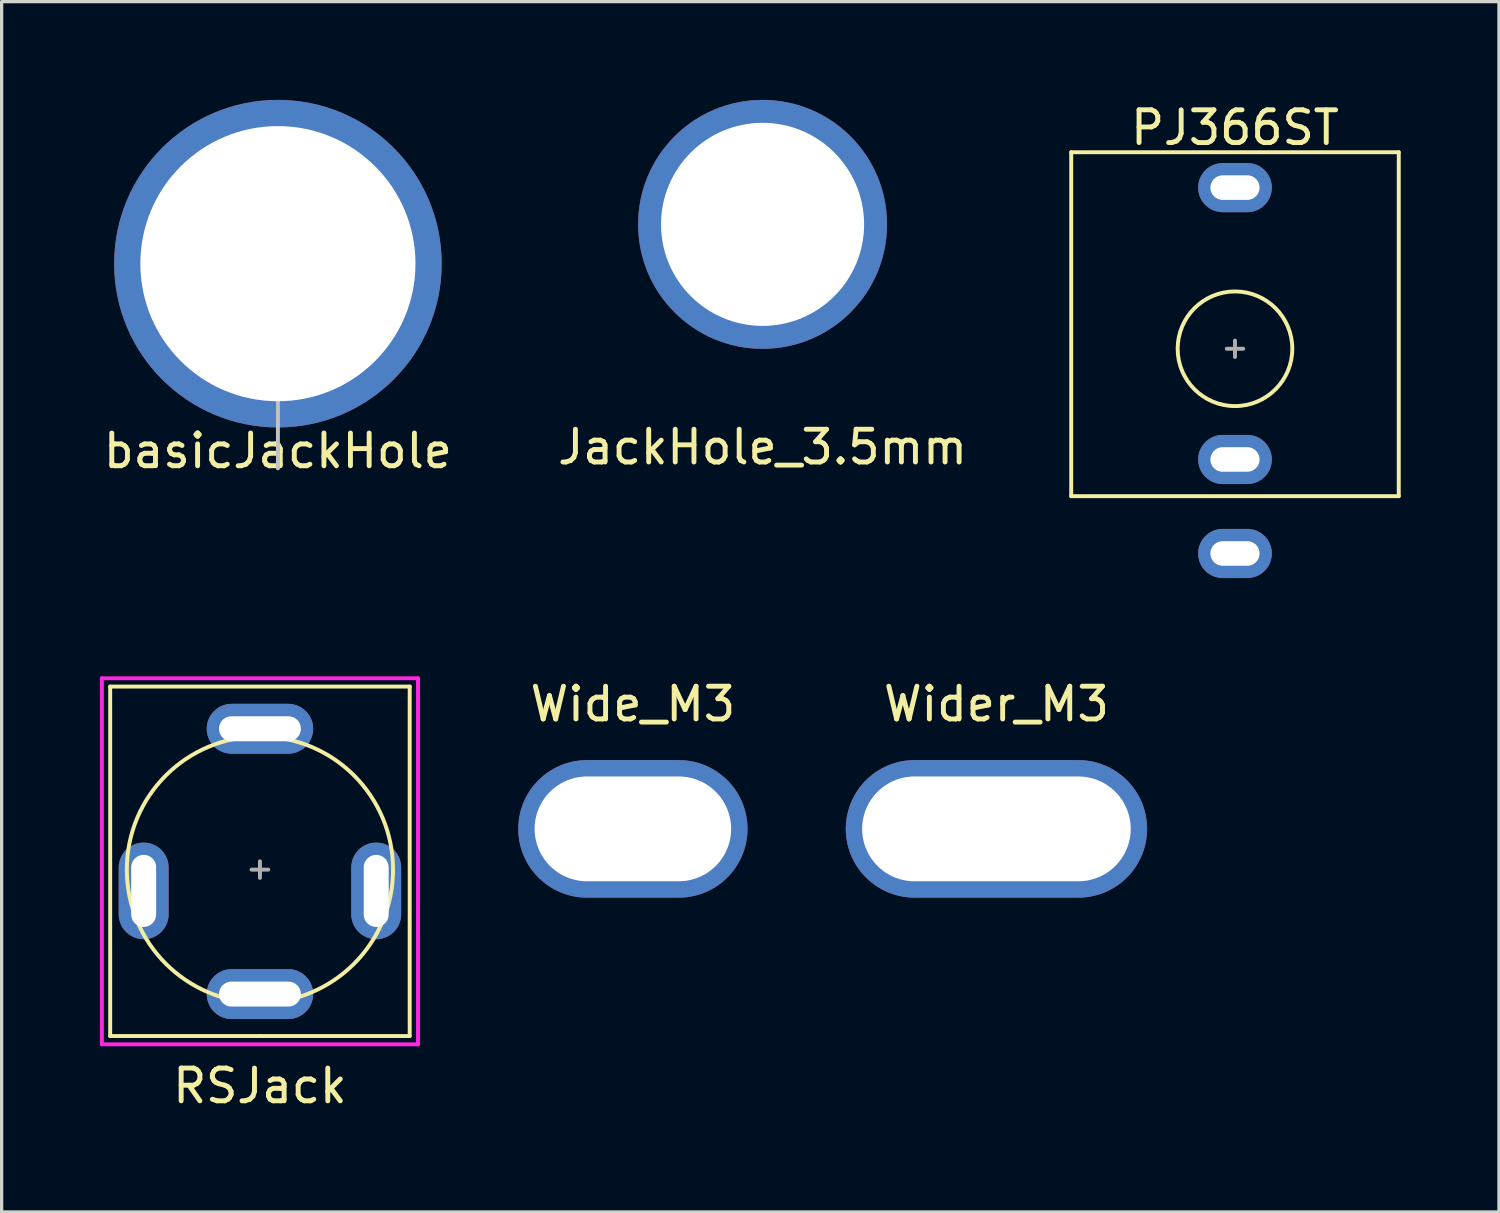
<source format=kicad_pcb>
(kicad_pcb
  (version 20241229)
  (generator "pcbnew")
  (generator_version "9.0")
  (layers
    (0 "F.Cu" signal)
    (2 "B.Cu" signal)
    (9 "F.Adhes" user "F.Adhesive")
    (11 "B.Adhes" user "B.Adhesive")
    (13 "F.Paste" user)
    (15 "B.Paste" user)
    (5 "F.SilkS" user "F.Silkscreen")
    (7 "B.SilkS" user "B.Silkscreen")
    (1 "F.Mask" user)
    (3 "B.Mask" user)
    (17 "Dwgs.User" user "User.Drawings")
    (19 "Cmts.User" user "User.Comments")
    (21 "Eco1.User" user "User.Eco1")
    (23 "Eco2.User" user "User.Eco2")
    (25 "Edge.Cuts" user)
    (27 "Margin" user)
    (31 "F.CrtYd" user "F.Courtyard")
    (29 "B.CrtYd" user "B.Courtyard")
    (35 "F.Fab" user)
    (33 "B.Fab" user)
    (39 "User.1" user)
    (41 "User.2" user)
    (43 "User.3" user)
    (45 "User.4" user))
  (footprint "basicJackHole"
    (layer "F.Cu")
    (at 5.435 5)
    (property "Reference" "basicJackHole" (at 0 5.715 0) (layer "F.SilkS") (effects (font (size 1 1) (thickness 0.15))))
    (attr through_hole)
    (fp_line (start 3.8 3.2) (end -3.7 3.2) (stroke (width 0.12) (type solid)) (layer "F.Mask"))
    (fp_line (start 0 0) (end 0 6.25) (stroke (width 0.12) (type solid)) (layer "Dwgs.User"))
    (fp_line (start 0 -0.635) (end 0 0.635) (stroke (width 0.12) (type solid)) (layer "F.Fab"))
    (fp_line (start 0.635 0) (end -0.635 0) (stroke (width 0.12) (type solid)) (layer "F.Fab"))
    (pad "1" thru_hole circle (at 0 0) (size 10 10) (drill 8.4) (layers "*.Cu" "*.Mask")))
  (footprint "Wide_M3"
    (layer "F.Cu")
    (at 16.272 22.256)
    (property "Reference" "Wide_M3" (at 0 -3.81 0) (layer "F.SilkS") (effects (font (size 1 1) (thickness 0.15))))
    (attr through_hole)
    (pad "1" thru_hole oval (at 0 0) (size 7 4.2) (drill oval 6 3.2) (layers "*.Cu" "*.Mask")))
  (footprint "Wider_M3"
    (layer "F.Cu")
    (at 27.372 22.256)
    (property "Reference" "Wider_M3" (at 0 -3.81 0) (layer "F.SilkS") (effects (font (size 1 1) (thickness 0.15))))
    (attr through_hole)
    (pad "1" thru_hole oval (at 0 0) (size 9.2 4.2) (drill oval 8.2 3.2) (layers "*.Cu" "*.Mask")))
  (footprint "RSJack"
    (layer "F.Cu")
    (at 4.886 23.5)
    (property "Reference" "RSJack" (at 0 6.604 0) (layer "F.SilkS") (effects (font (size 1 1) (thickness 0.15))))
    (attr through_hole)
    (fp_line (start -4.572 -5.588) (end -4.572 5.08) (stroke (width 0.12) (type solid)) (layer "F.SilkS"))
    (fp_line (start -4.572 5.08) (end 0 5.08) (stroke (width 0.12) (type solid)) (layer "F.SilkS"))
    (fp_line (start 0 5.08) (end 4.572 5.08) (stroke (width 0.12) (type solid)) (layer "F.SilkS"))
    (fp_line (start 4.572 -5.588) (end -4.572 -5.588) (stroke (width 0.12) (type solid)) (layer "F.SilkS"))
    (fp_line (start 4.572 5.08) (end 4.572 -5.588) (stroke (width 0.12) (type solid)) (layer "F.SilkS"))
    (fp_circle (center 0 0) (end 4.064 0) (stroke (width 0.12) (type solid)) (fill no) (layer "F.SilkS"))
    (fp_line (start -4.826 -5.842) (end 4.826 -5.842) (stroke (width 0.12) (type solid)) (layer "F.CrtYd"))
    (fp_line (start -4.826 5.334) (end -4.826 -5.842) (stroke (width 0.12) (type solid)) (layer "F.CrtYd"))
    (fp_line (start 4.826 -5.842) (end 4.826 5.334) (stroke (width 0.12) (type solid)) (layer "F.CrtYd"))
    (fp_line (start 4.826 5.334) (end -4.826 5.334) (stroke (width 0.12) (type solid)) (layer "F.CrtYd"))
    (fp_line (start -0.254 0) (end 0.254 0) (stroke (width 0.12) (type solid)) (layer "F.Fab"))
    (fp_line (start 0 -0.254) (end 0 0.254) (stroke (width 0.12) (type solid)) (layer "F.Fab"))
    (pad "R" thru_hole oval (at 0 3.8) (size 3.25 1.524) (drill oval 2.5 0.762) (layers "*.Cu" "*.Mask"))
    (pad "S" thru_hole oval (at -3.55 0.65) (size 1.524 2.95) (drill oval 0.762 2.2) (layers "*.Cu" "*.Mask"))
    (pad "T" thru_hole oval (at 0 -4.3) (size 3.25 1.524) (drill oval 2.5 0.762) (layers "*.Cu" "*.Mask"))
    (pad "TN" thru_hole oval (at 3.55 0.65) (size 1.524 2.95) (drill oval 0.762 2.2) (layers "*.Cu" "*.Mask")))
  (footprint "JackHole_3.5mm"
    (layer "F.Cu")
    (at 20.232 3.8)
    (property "Reference" "JackHole_3.5mm" (at 0 6.8 0) (unlocked yes) (layer "F.SilkS") (effects (font (size 1 1) (thickness 0.15))))
    (attr through_hole)
    (pad "1" thru_hole circle (at 0 0) (size 7.6 7.6) (drill 6.2) (layers "*.Cu" "*.Mask")))
  (footprint "PJ366ST"
    (layer "F.Cu")
    (at 34.655 7.598)
    (property "Reference" "PJ366ST" (at 0 -6.75 0) (layer "F.SilkS") (effects (font (size 1 1) (thickness 0.15))))
    (attr through_hole)
    (fp_line (start -5 -6) (end -5 4.5) (stroke (width 0.12) (type solid)) (layer "F.SilkS"))
    (fp_line (start -5 4.5) (end 5 4.5) (stroke (width 0.12) (type solid)) (layer "F.SilkS"))
    (fp_line (start 5 -6) (end -5 -6) (stroke (width 0.12) (type solid)) (layer "F.SilkS"))
    (fp_line (start 5 4.5) (end 5 -6) (stroke (width 0.12) (type solid)) (layer "F.SilkS"))
    (fp_circle (center 0 0) (end 1.75 0) (stroke (width 0.12) (type solid)) (fill no) (layer "F.SilkS"))
    (fp_line (start 0 -0.25) (end 0 0.25) (stroke (width 0.12) (type solid)) (layer "F.Fab"))
    (fp_line (start 0.25 0) (end -0.25 0) (stroke (width 0.12) (type solid)) (layer "F.Fab"))
    (pad "R" thru_hole oval (at 0 3.38) (size 2.25 1.5) (drill oval 1.5 0.75) (layers "*.Cu" "*.Mask"))
    (pad "S" thru_hole oval (at 0 6.25) (size 2.25 1.5) (drill oval 1.5 0.75) (layers "*.Cu" "*.Mask"))
    (pad "T" thru_hole oval (at 0 -4.92) (size 2.25 1.5) (drill oval 1.5 0.75) (layers "*.Cu" "*.Mask")))
  (gr_rect
    (start -3 -3)
    (end 42.715 33.953)
    (stroke (width 0.1) (type default))
    (fill no)
    (layer "Edge.Cuts")))
</source>
